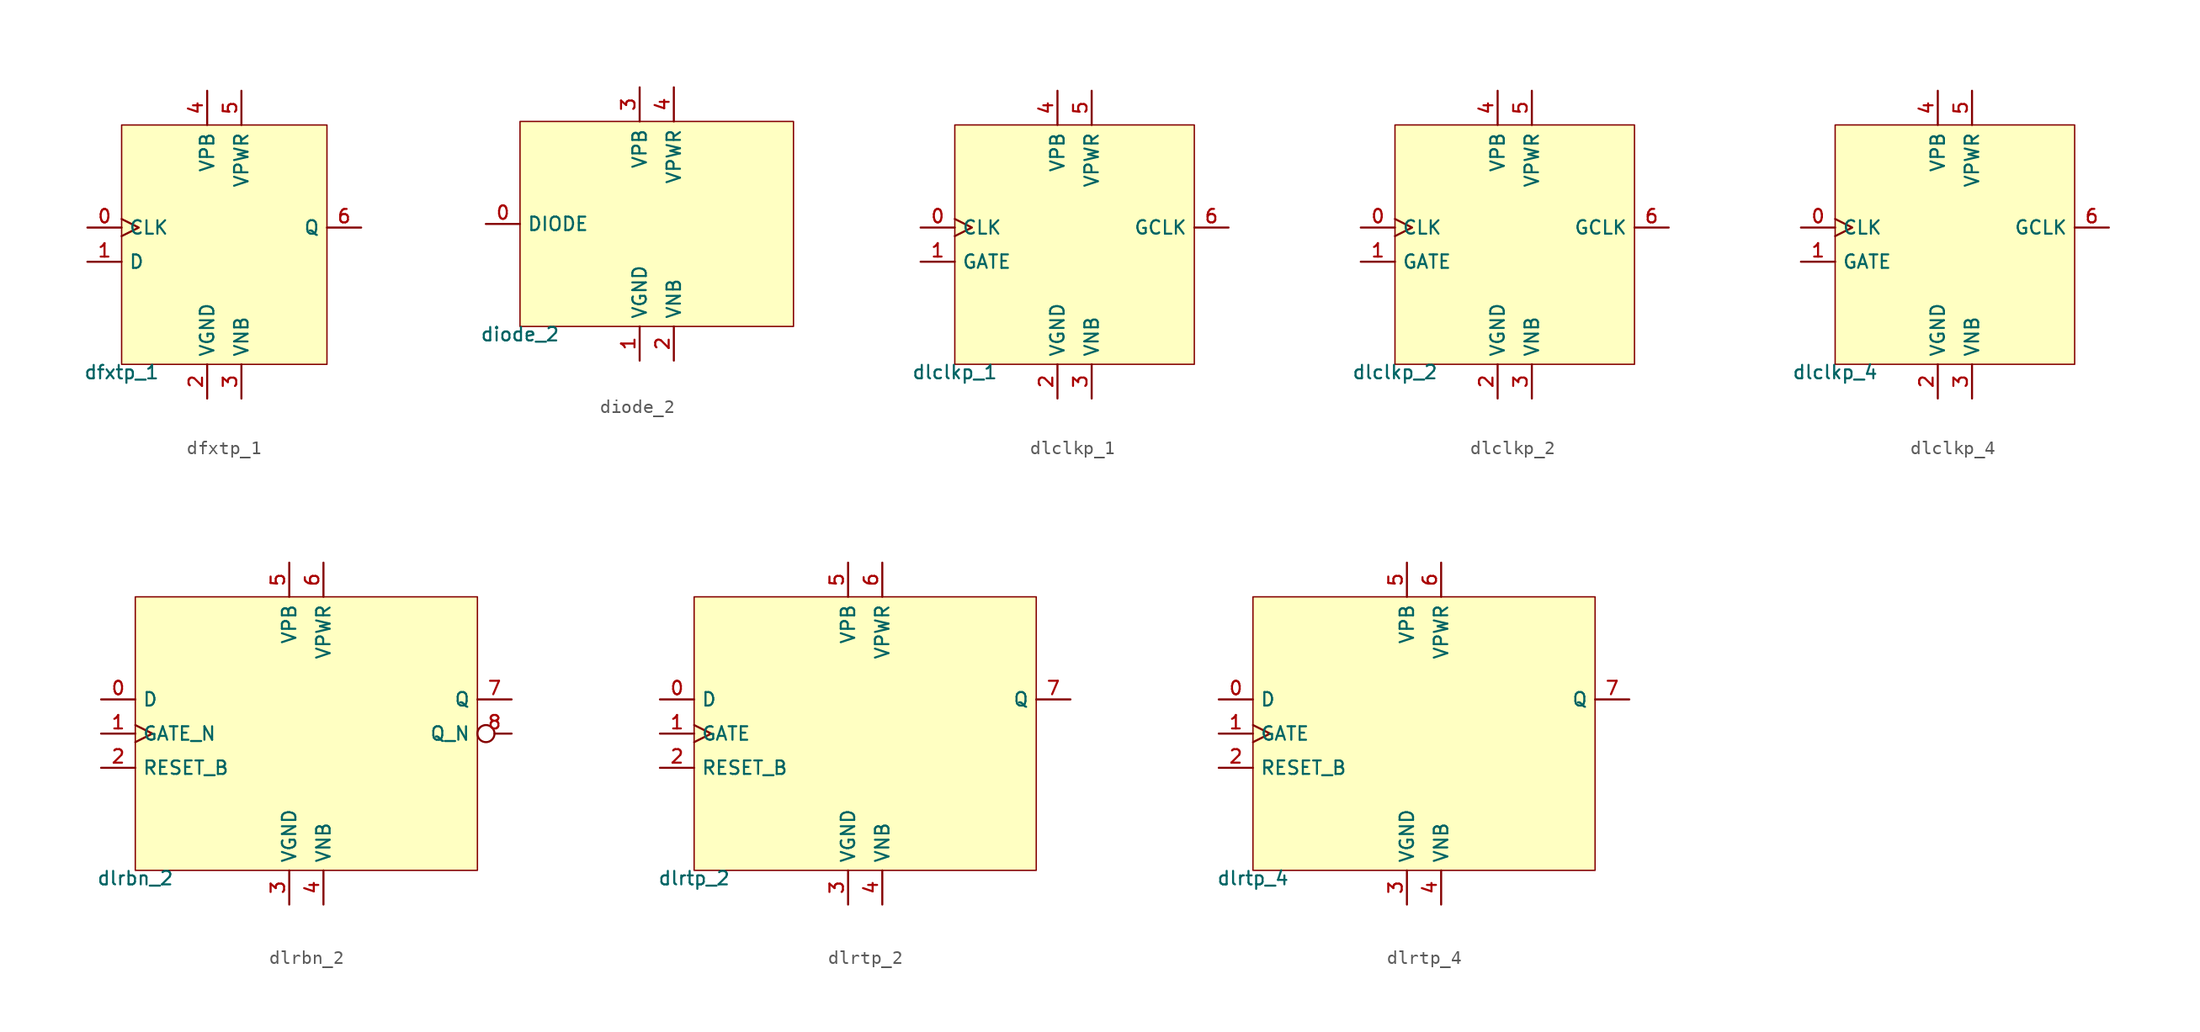
<source format=kicad_sym>
(kicad_symbol_lib
  (version 20211014)
  (generator pdk2kicad)
  (symbol "dfxtp_1"
    (property "Reference" "X"
      (at 0 0 0)
      (effects (font (size 1 1)) hide))
    (property "Value" "dfxtp_1"
      (at -7.62 -8.89 0)
      (effects (font (size 1 1)) (justify top)))
    (rectangle
      (start -7.62 -8.89)
      (end 7.62 8.89)
      (stroke (width 0.1) (type solid) (color 0 0 0 0))
      (fill (type background)))
    (pin input clock
      (at -10.16 1.27 0)
      (length 2.54)
      (name "CLK" (effects (font (size 1 1)) hide))
      (number "0" (effects (font (size 1 1)) hide)))
    (pin input line
      (at -10.16 -1.27 0)
      (length 2.54)
      (name "D" (effects (font (size 1 1)) hide))
      (number "1" (effects (font (size 1 1)) hide)))
    (pin power_in line
      (at -1.27 -11.43 90)
      (length 2.54)
      (name "VGND" (effects (font (size 1 1)) hide))
      (number "2" (effects (font (size 1 1)) hide)))
    (pin power_in line
      (at 1.27 -11.43 90)
      (length 2.54)
      (name "VNB" (effects (font (size 1 1)) hide))
      (number "3" (effects (font (size 1 1)) hide)))
    (pin power_in line
      (at -1.27 11.43 270)
      (length 2.54)
      (name "VPB" (effects (font (size 1 1)) hide))
      (number "4" (effects (font (size 1 1)) hide)))
    (pin power_in line
      (at 1.27 11.43 270)
      (length 2.54)
      (name "VPWR" (effects (font (size 1 1)) hide))
      (number "5" (effects (font (size 1 1)) hide)))
    (pin output line
      (at 10.16 1.27 180)
      (length 2.54)
      (name "Q" (effects (font (size 1 1)) hide))
      (number "6" (effects (font (size 1 1)) hide))))
  (symbol "diode_2"
    (property "Reference" "X"
      (at 0 0 0)
      (effects (font (size 1 1)) hide))
    (property "Value" "diode_2"
      (at -10.16 -7.62 0)
      (effects (font (size 1 1)) (justify top)))
    (rectangle
      (start -10.16 -7.62)
      (end 10.16 7.62)
      (stroke (width 0.1) (type solid) (color 0 0 0 0))
      (fill (type background)))
    (pin input line
      (at -12.7 0.0 0)
      (length 2.54)
      (name "DIODE" (effects (font (size 1 1)) hide))
      (number "0" (effects (font (size 1 1)) hide)))
    (pin power_in line
      (at -1.27 -10.16 90)
      (length 2.54)
      (name "VGND" (effects (font (size 1 1)) hide))
      (number "1" (effects (font (size 1 1)) hide)))
    (pin power_in line
      (at 1.27 -10.16 90)
      (length 2.54)
      (name "VNB" (effects (font (size 1 1)) hide))
      (number "2" (effects (font (size 1 1)) hide)))
    (pin power_in line
      (at -1.27 10.16 270)
      (length 2.54)
      (name "VPB" (effects (font (size 1 1)) hide))
      (number "3" (effects (font (size 1 1)) hide)))
    (pin power_in line
      (at 1.27 10.16 270)
      (length 2.54)
      (name "VPWR" (effects (font (size 1 1)) hide))
      (number "4" (effects (font (size 1 1)) hide))))
  (symbol "dlclkp_1"
    (property "Reference" "X"
      (at 0 0 0)
      (effects (font (size 1 1)) hide))
    (property "Value" "dlclkp_1"
      (at -8.89 -8.89 0)
      (effects (font (size 1 1)) (justify top)))
    (rectangle
      (start -8.89 -8.89)
      (end 8.89 8.89)
      (stroke (width 0.1) (type solid) (color 0 0 0 0))
      (fill (type background)))
    (pin input clock
      (at -11.43 1.27 0)
      (length 2.54)
      (name "CLK" (effects (font (size 1 1)) hide))
      (number "0" (effects (font (size 1 1)) hide)))
    (pin input line
      (at -11.43 -1.27 0)
      (length 2.54)
      (name "GATE" (effects (font (size 1 1)) hide))
      (number "1" (effects (font (size 1 1)) hide)))
    (pin power_in line
      (at -1.27 -11.43 90)
      (length 2.54)
      (name "VGND" (effects (font (size 1 1)) hide))
      (number "2" (effects (font (size 1 1)) hide)))
    (pin power_in line
      (at 1.27 -11.43 90)
      (length 2.54)
      (name "VNB" (effects (font (size 1 1)) hide))
      (number "3" (effects (font (size 1 1)) hide)))
    (pin power_in line
      (at -1.27 11.43 270)
      (length 2.54)
      (name "VPB" (effects (font (size 1 1)) hide))
      (number "4" (effects (font (size 1 1)) hide)))
    (pin power_in line
      (at 1.27 11.43 270)
      (length 2.54)
      (name "VPWR" (effects (font (size 1 1)) hide))
      (number "5" (effects (font (size 1 1)) hide)))
    (pin output line
      (at 11.43 1.27 180)
      (length 2.54)
      (name "GCLK" (effects (font (size 1 1)) hide))
      (number "6" (effects (font (size 1 1)) hide))))
  (symbol "dlclkp_2"
    (property "Reference" "X"
      (at 0 0 0)
      (effects (font (size 1 1)) hide))
    (property "Value" "dlclkp_2"
      (at -8.89 -8.89 0)
      (effects (font (size 1 1)) (justify top)))
    (rectangle
      (start -8.89 -8.89)
      (end 8.89 8.89)
      (stroke (width 0.1) (type solid) (color 0 0 0 0))
      (fill (type background)))
    (pin input clock
      (at -11.43 1.27 0)
      (length 2.54)
      (name "CLK" (effects (font (size 1 1)) hide))
      (number "0" (effects (font (size 1 1)) hide)))
    (pin input line
      (at -11.43 -1.27 0)
      (length 2.54)
      (name "GATE" (effects (font (size 1 1)) hide))
      (number "1" (effects (font (size 1 1)) hide)))
    (pin power_in line
      (at -1.27 -11.43 90)
      (length 2.54)
      (name "VGND" (effects (font (size 1 1)) hide))
      (number "2" (effects (font (size 1 1)) hide)))
    (pin power_in line
      (at 1.27 -11.43 90)
      (length 2.54)
      (name "VNB" (effects (font (size 1 1)) hide))
      (number "3" (effects (font (size 1 1)) hide)))
    (pin power_in line
      (at -1.27 11.43 270)
      (length 2.54)
      (name "VPB" (effects (font (size 1 1)) hide))
      (number "4" (effects (font (size 1 1)) hide)))
    (pin power_in line
      (at 1.27 11.43 270)
      (length 2.54)
      (name "VPWR" (effects (font (size 1 1)) hide))
      (number "5" (effects (font (size 1 1)) hide)))
    (pin output line
      (at 11.43 1.27 180)
      (length 2.54)
      (name "GCLK" (effects (font (size 1 1)) hide))
      (number "6" (effects (font (size 1 1)) hide))))
  (symbol "dlclkp_4"
    (property "Reference" "X"
      (at 0 0 0)
      (effects (font (size 1 1)) hide))
    (property "Value" "dlclkp_4"
      (at -8.89 -8.89 0)
      (effects (font (size 1 1)) (justify top)))
    (rectangle
      (start -8.89 -8.89)
      (end 8.89 8.89)
      (stroke (width 0.1) (type solid) (color 0 0 0 0))
      (fill (type background)))
    (pin input clock
      (at -11.43 1.27 0)
      (length 2.54)
      (name "CLK" (effects (font (size 1 1)) hide))
      (number "0" (effects (font (size 1 1)) hide)))
    (pin input line
      (at -11.43 -1.27 0)
      (length 2.54)
      (name "GATE" (effects (font (size 1 1)) hide))
      (number "1" (effects (font (size 1 1)) hide)))
    (pin power_in line
      (at -1.27 -11.43 90)
      (length 2.54)
      (name "VGND" (effects (font (size 1 1)) hide))
      (number "2" (effects (font (size 1 1)) hide)))
    (pin power_in line
      (at 1.27 -11.43 90)
      (length 2.54)
      (name "VNB" (effects (font (size 1 1)) hide))
      (number "3" (effects (font (size 1 1)) hide)))
    (pin power_in line
      (at -1.27 11.43 270)
      (length 2.54)
      (name "VPB" (effects (font (size 1 1)) hide))
      (number "4" (effects (font (size 1 1)) hide)))
    (pin power_in line
      (at 1.27 11.43 270)
      (length 2.54)
      (name "VPWR" (effects (font (size 1 1)) hide))
      (number "5" (effects (font (size 1 1)) hide)))
    (pin output line
      (at 11.43 1.27 180)
      (length 2.54)
      (name "GCLK" (effects (font (size 1 1)) hide))
      (number "6" (effects (font (size 1 1)) hide))))
  (symbol "dlrbn_2"
    (property "Reference" "X"
      (at 0 0 0)
      (effects (font (size 1 1)) hide))
    (property "Value" "dlrbn_2"
      (at -12.7 -10.16 0)
      (effects (font (size 1 1)) (justify top)))
    (rectangle
      (start -12.7 -10.16)
      (end 12.7 10.16)
      (stroke (width 0.1) (type solid) (color 0 0 0 0))
      (fill (type background)))
    (pin input line
      (at -15.24 2.54 0)
      (length 2.54)
      (name "D" (effects (font (size 1 1)) hide))
      (number "0" (effects (font (size 1 1)) hide)))
    (pin input clock
      (at -15.24 0.0 0)
      (length 2.54)
      (name "GATE_N" (effects (font (size 1 1)) hide))
      (number "1" (effects (font (size 1 1)) hide)))
    (pin input line
      (at -15.24 -2.54 0)
      (length 2.54)
      (name "RESET_B" (effects (font (size 1 1)) hide))
      (number "2" (effects (font (size 1 1)) hide)))
    (pin power_in line
      (at -1.27 -12.7 90)
      (length 2.54)
      (name "VGND" (effects (font (size 1 1)) hide))
      (number "3" (effects (font (size 1 1)) hide)))
    (pin power_in line
      (at 1.27 -12.7 90)
      (length 2.54)
      (name "VNB" (effects (font (size 1 1)) hide))
      (number "4" (effects (font (size 1 1)) hide)))
    (pin power_in line
      (at -1.27 12.7 270)
      (length 2.54)
      (name "VPB" (effects (font (size 1 1)) hide))
      (number "5" (effects (font (size 1 1)) hide)))
    (pin power_in line
      (at 1.27 12.7 270)
      (length 2.54)
      (name "VPWR" (effects (font (size 1 1)) hide))
      (number "6" (effects (font (size 1 1)) hide)))
    (pin output line
      (at 15.24 2.54 180)
      (length 2.54)
      (name "Q" (effects (font (size 1 1)) hide))
      (number "7" (effects (font (size 1 1)) hide)))
    (pin output inverted
      (at 15.24 0.0 180)
      (length 2.54)
      (name "Q_N" (effects (font (size 1 1)) hide))
      (number "8" (effects (font (size 1 1)) hide))))
  (symbol "dlrtp_2"
    (property "Reference" "X"
      (at 0 0 0)
      (effects (font (size 1 1)) hide))
    (property "Value" "dlrtp_2"
      (at -12.7 -10.16 0)
      (effects (font (size 1 1)) (justify top)))
    (rectangle
      (start -12.7 -10.16)
      (end 12.7 10.16)
      (stroke (width 0.1) (type solid) (color 0 0 0 0))
      (fill (type background)))
    (pin input line
      (at -15.24 2.54 0)
      (length 2.54)
      (name "D" (effects (font (size 1 1)) hide))
      (number "0" (effects (font (size 1 1)) hide)))
    (pin input clock
      (at -15.24 0.0 0)
      (length 2.54)
      (name "GATE" (effects (font (size 1 1)) hide))
      (number "1" (effects (font (size 1 1)) hide)))
    (pin input line
      (at -15.24 -2.54 0)
      (length 2.54)
      (name "RESET_B" (effects (font (size 1 1)) hide))
      (number "2" (effects (font (size 1 1)) hide)))
    (pin power_in line
      (at -1.27 -12.7 90)
      (length 2.54)
      (name "VGND" (effects (font (size 1 1)) hide))
      (number "3" (effects (font (size 1 1)) hide)))
    (pin power_in line
      (at 1.27 -12.7 90)
      (length 2.54)
      (name "VNB" (effects (font (size 1 1)) hide))
      (number "4" (effects (font (size 1 1)) hide)))
    (pin power_in line
      (at -1.27 12.7 270)
      (length 2.54)
      (name "VPB" (effects (font (size 1 1)) hide))
      (number "5" (effects (font (size 1 1)) hide)))
    (pin power_in line
      (at 1.27 12.7 270)
      (length 2.54)
      (name "VPWR" (effects (font (size 1 1)) hide))
      (number "6" (effects (font (size 1 1)) hide)))
    (pin output line
      (at 15.24 2.54 180)
      (length 2.54)
      (name "Q" (effects (font (size 1 1)) hide))
      (number "7" (effects (font (size 1 1)) hide))))
  (symbol "dlrtp_4"
    (property "Reference" "X"
      (at 0 0 0)
      (effects (font (size 1 1)) hide))
    (property "Value" "dlrtp_4"
      (at -12.7 -10.16 0)
      (effects (font (size 1 1)) (justify top)))
    (rectangle
      (start -12.7 -10.16)
      (end 12.7 10.16)
      (stroke (width 0.1) (type solid) (color 0 0 0 0))
      (fill (type background)))
    (pin input line
      (at -15.24 2.54 0)
      (length 2.54)
      (name "D" (effects (font (size 1 1)) hide))
      (number "0" (effects (font (size 1 1)) hide)))
    (pin input clock
      (at -15.24 0.0 0)
      (length 2.54)
      (name "GATE" (effects (font (size 1 1)) hide))
      (number "1" (effects (font (size 1 1)) hide)))
    (pin input line
      (at -15.24 -2.54 0)
      (length 2.54)
      (name "RESET_B" (effects (font (size 1 1)) hide))
      (number "2" (effects (font (size 1 1)) hide)))
    (pin power_in line
      (at -1.27 -12.7 90)
      (length 2.54)
      (name "VGND" (effects (font (size 1 1)) hide))
      (number "3" (effects (font (size 1 1)) hide)))
    (pin power_in line
      (at 1.27 -12.7 90)
      (length 2.54)
      (name "VNB" (effects (font (size 1 1)) hide))
      (number "4" (effects (font (size 1 1)) hide)))
    (pin power_in line
      (at -1.27 12.7 270)
      (length 2.54)
      (name "VPB" (effects (font (size 1 1)) hide))
      (number "5" (effects (font (size 1 1)) hide)))
    (pin power_in line
      (at 1.27 12.7 270)
      (length 2.54)
      (name "VPWR" (effects (font (size 1 1)) hide))
      (number "6" (effects (font (size 1 1)) hide)))
    (pin output line
      (at 15.24 2.54 180)
      (length 2.54)
      (name "Q" (effects (font (size 1 1)) hide))
      (number "7" (effects (font (size 1 1)) hide)))))
</source>
